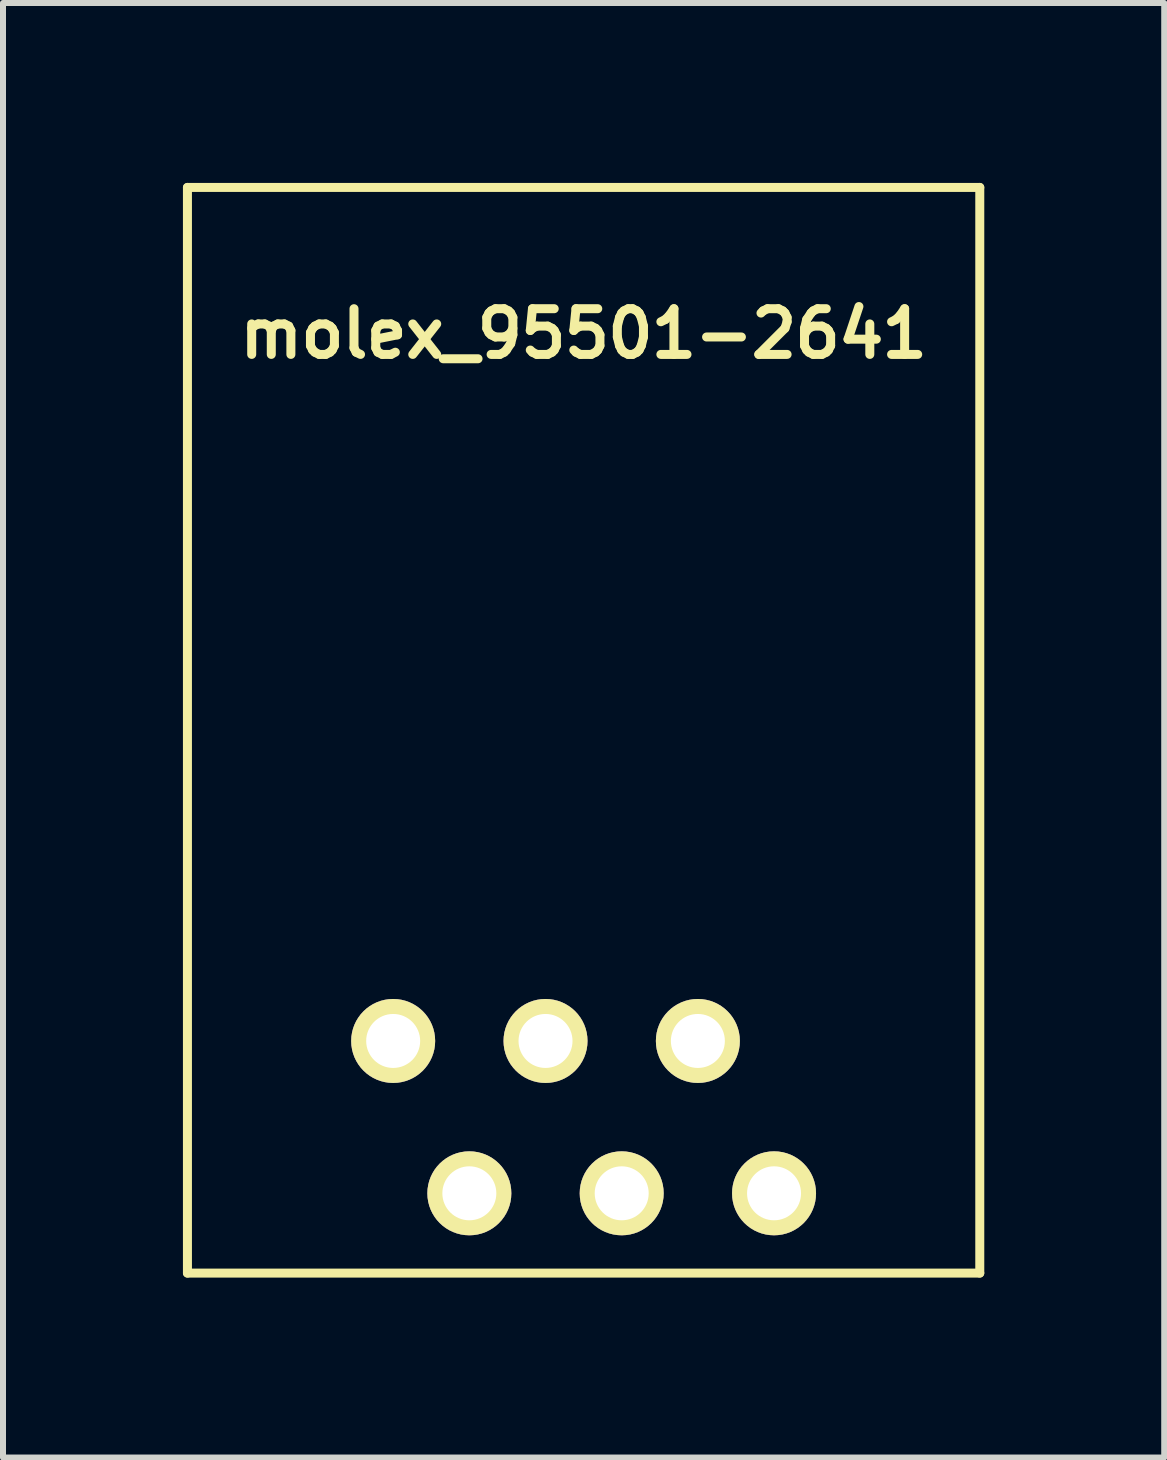
<source format=kicad_pcb>
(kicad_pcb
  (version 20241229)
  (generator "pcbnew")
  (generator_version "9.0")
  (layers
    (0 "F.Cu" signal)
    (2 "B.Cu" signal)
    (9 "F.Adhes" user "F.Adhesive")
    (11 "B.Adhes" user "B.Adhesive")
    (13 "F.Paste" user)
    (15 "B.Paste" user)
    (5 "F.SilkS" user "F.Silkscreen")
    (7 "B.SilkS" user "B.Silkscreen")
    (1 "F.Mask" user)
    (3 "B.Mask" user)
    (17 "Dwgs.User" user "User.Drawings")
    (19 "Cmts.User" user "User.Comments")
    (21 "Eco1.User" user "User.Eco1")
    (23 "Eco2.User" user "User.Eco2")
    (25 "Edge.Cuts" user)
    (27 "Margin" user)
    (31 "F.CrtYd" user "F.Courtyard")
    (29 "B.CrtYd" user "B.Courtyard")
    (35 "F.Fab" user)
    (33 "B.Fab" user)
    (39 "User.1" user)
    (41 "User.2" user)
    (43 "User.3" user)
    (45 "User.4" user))
  (footprint "molex_95501-2641"
    (layer "F.Cu")
    (at 6.68 7.955)
    (property "Reference" "molex_95501-2641" (at 0 -5.441 0) (layer "F.SilkS") (effects (font (size 0.762 0.762) (thickness 0.15))))
    (attr through_hole)
    (fp_line (start -6.605 -7.88) (end -6.605 10.22) (stroke (width 0.15) (type solid)) (layer "F.SilkS"))
    (fp_line (start -6.605 -7.88) (end 6.605 -7.88) (stroke (width 0.15) (type solid)) (layer "F.SilkS"))
    (fp_line (start -6.605 10.22) (end 6.605 10.22) (stroke (width 0.15) (type solid)) (layer "F.SilkS"))
    (fp_line (start 6.605 10.22) (end 6.605 -7.88) (stroke (width 0.15) (type solid)) (layer "F.SilkS"))
    (pad "1" thru_hole circle (at 3.175 8.89) (size 1.4 1.4) (drill 0.9) (layers "*.Cu" "*.Mask" "F.SilkS"))
    (pad "2" thru_hole circle (at 1.905 6.35) (size 1.4 1.4) (drill 0.9) (layers "*.Cu" "*.Mask" "F.SilkS"))
    (pad "3" thru_hole circle (at 0.635 8.89) (size 1.4 1.4) (drill 0.9) (layers "*.Cu" "*.Mask" "F.SilkS"))
    (pad "4" thru_hole circle (at -0.635 6.35) (size 1.4 1.4) (drill 0.9) (layers "*.Cu" "*.Mask" "F.SilkS"))
    (pad "5" thru_hole circle (at -1.905 8.89) (size 1.4 1.4) (drill 0.9) (layers "*.Cu" "*.Mask" "F.SilkS"))
    (pad "6" thru_hole circle (at -3.175 6.35) (size 1.4 1.4) (drill 0.9) (layers "*.Cu" "*.Mask" "F.SilkS")))
  (gr_rect
    (start -3 -3)
    (end 16.36 21.25)
    (stroke (width 0.1) (type default))
    (fill no)
    (layer "Edge.Cuts")))
</source>
